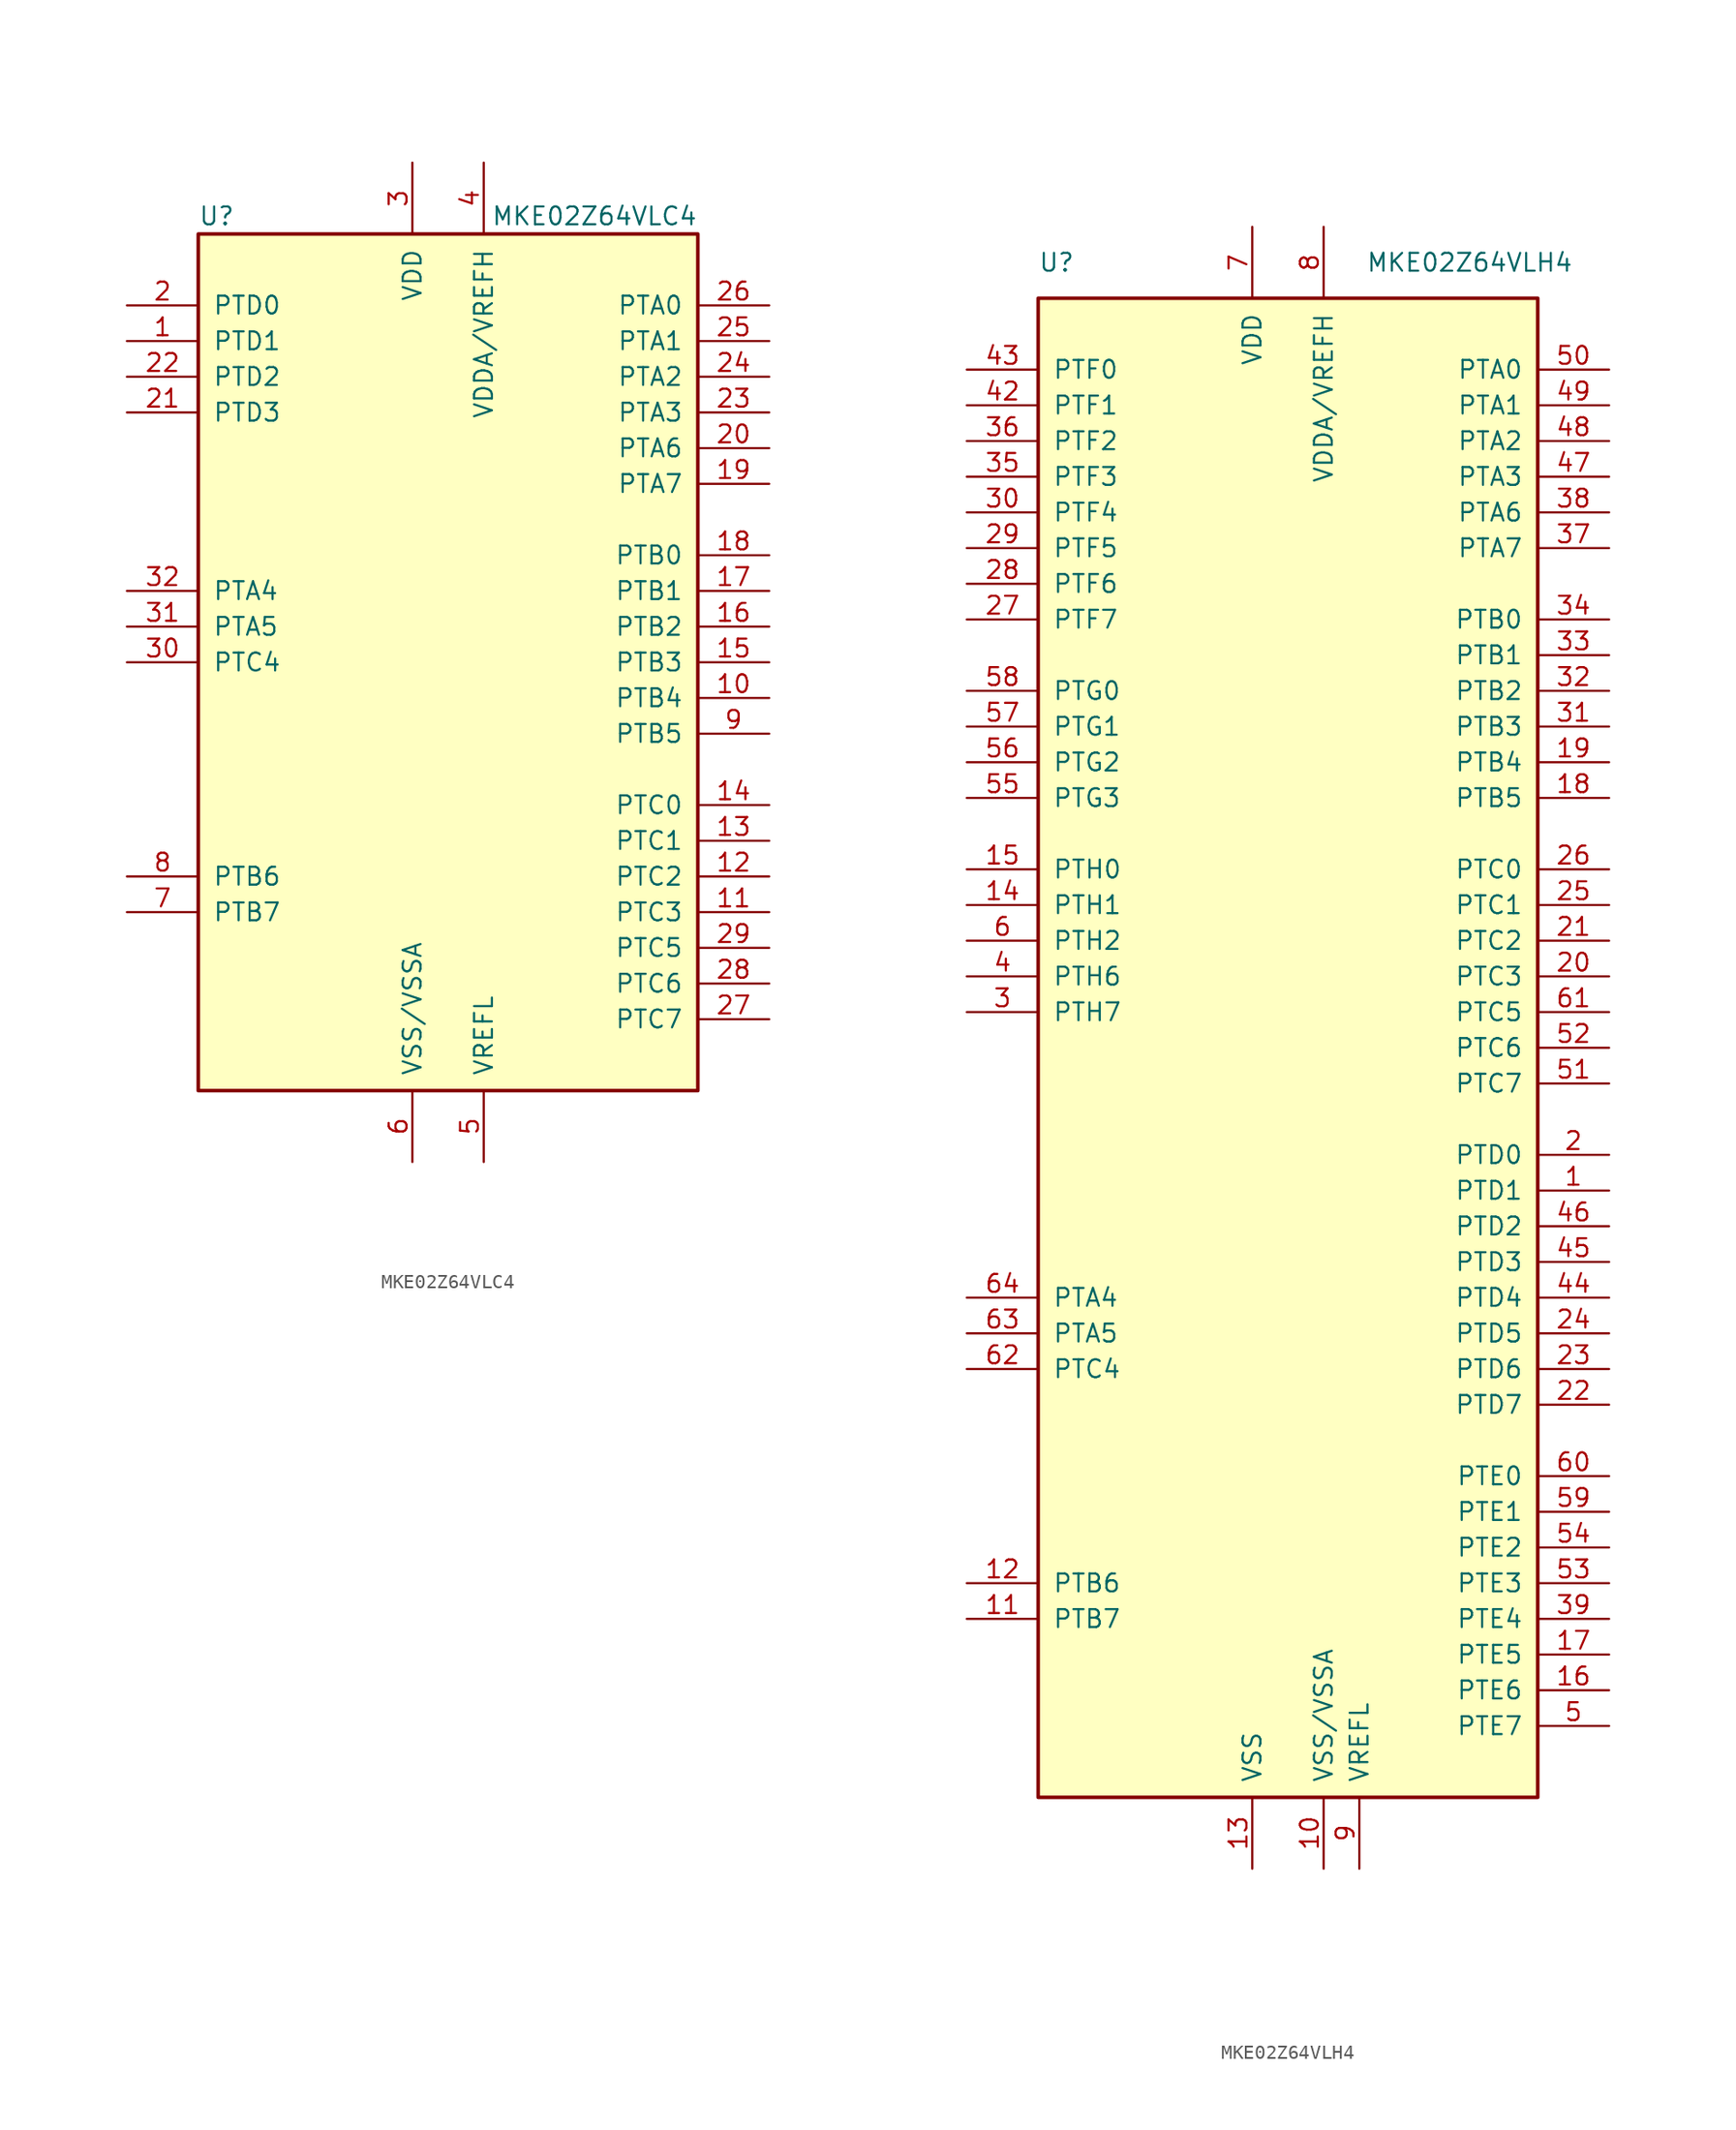
<source format=kicad_sym>
(kicad_symbol_lib
  (version 20211014)
  (generator kicad_symbol_editor)
  (symbol "MKE02Z64VLC4"
    (pin_names
      (offset 1.016))
    (property "Reference" "U"
      (at -17.78 31.75 0)
      (effects (font (size 1.27 1.27)) (justify left)))
    (property "Value" "MKE02Z64VLC4"
      (at 17.78 31.75 0)
      (effects (font (size 1.27 1.27)) (justify right)))
    (symbol "MKE02Z64VLC4_0_1"
      (rectangle (start -17.78 30.48) (end 17.78 -30.48) (stroke (width 0.254) (type default) (color 0 0 0 0)) (fill (type background))))
    (symbol "MKE02Z64VLC4_1_1"
      (pin bidirectional line (at -22.86 22.86 0) (length 5.08) (name "PTD1" (effects (font (size 1.27 1.27)))) (number "1" (effects (font (size 1.27 1.27)))))
      (pin bidirectional line (at 22.86 -2.54 180) (length 5.08) (name "PTB4" (effects (font (size 1.27 1.27)))) (number "10" (effects (font (size 1.27 1.27)))))
      (pin bidirectional line (at 22.86 -17.78 180) (length 5.08) (name "PTC3" (effects (font (size 1.27 1.27)))) (number "11" (effects (font (size 1.27 1.27)))))
      (pin bidirectional line (at 22.86 -15.24 180) (length 5.08) (name "PTC2" (effects (font (size 1.27 1.27)))) (number "12" (effects (font (size 1.27 1.27)))))
      (pin bidirectional line (at 22.86 -12.7 180) (length 5.08) (name "PTC1" (effects (font (size 1.27 1.27)))) (number "13" (effects (font (size 1.27 1.27)))))
      (pin bidirectional line (at 22.86 -10.16 180) (length 5.08) (name "PTC0" (effects (font (size 1.27 1.27)))) (number "14" (effects (font (size 1.27 1.27)))))
      (pin bidirectional line (at 22.86 0 180) (length 5.08) (name "PTB3" (effects (font (size 1.27 1.27)))) (number "15" (effects (font (size 1.27 1.27)))))
      (pin bidirectional line (at 22.86 2.54 180) (length 5.08) (name "PTB2" (effects (font (size 1.27 1.27)))) (number "16" (effects (font (size 1.27 1.27)))))
      (pin bidirectional line (at 22.86 5.08 180) (length 5.08) (name "PTB1" (effects (font (size 1.27 1.27)))) (number "17" (effects (font (size 1.27 1.27)))))
      (pin bidirectional line (at 22.86 7.62 180) (length 5.08) (name "PTB0" (effects (font (size 1.27 1.27)))) (number "18" (effects (font (size 1.27 1.27)))))
      (pin bidirectional line (at 22.86 12.7 180) (length 5.08) (name "PTA7" (effects (font (size 1.27 1.27)))) (number "19" (effects (font (size 1.27 1.27)))))
      (pin bidirectional line (at -22.86 25.4 0) (length 5.08) (name "PTD0" (effects (font (size 1.27 1.27)))) (number "2" (effects (font (size 1.27 1.27)))))
      (pin bidirectional line (at 22.86 15.24 180) (length 5.08) (name "PTA6" (effects (font (size 1.27 1.27)))) (number "20" (effects (font (size 1.27 1.27)))))
      (pin bidirectional line (at -22.86 17.78 0) (length 5.08) (name "PTD3" (effects (font (size 1.27 1.27)))) (number "21" (effects (font (size 1.27 1.27)))))
      (pin bidirectional line (at -22.86 20.32 0) (length 5.08) (name "PTD2" (effects (font (size 1.27 1.27)))) (number "22" (effects (font (size 1.27 1.27)))))
      (pin bidirectional line (at 22.86 17.78 180) (length 5.08) (name "PTA3" (effects (font (size 1.27 1.27)))) (number "23" (effects (font (size 1.27 1.27)))))
      (pin bidirectional line (at 22.86 20.32 180) (length 5.08) (name "PTA2" (effects (font (size 1.27 1.27)))) (number "24" (effects (font (size 1.27 1.27)))))
      (pin bidirectional line (at 22.86 22.86 180) (length 5.08) (name "PTA1" (effects (font (size 1.27 1.27)))) (number "25" (effects (font (size 1.27 1.27)))))
      (pin bidirectional line (at 22.86 25.4 180) (length 5.08) (name "PTA0" (effects (font (size 1.27 1.27)))) (number "26" (effects (font (size 1.27 1.27)))))
      (pin bidirectional line (at 22.86 -25.4 180) (length 5.08) (name "PTC7" (effects (font (size 1.27 1.27)))) (number "27" (effects (font (size 1.27 1.27)))))
      (pin bidirectional line (at 22.86 -22.86 180) (length 5.08) (name "PTC6" (effects (font (size 1.27 1.27)))) (number "28" (effects (font (size 1.27 1.27)))))
      (pin bidirectional line (at 22.86 -20.32 180) (length 5.08) (name "PTC5" (effects (font (size 1.27 1.27)))) (number "29" (effects (font (size 1.27 1.27)))))
      (pin power_in line (at -2.54 35.56 270) (length 5.08) (name "VDD" (effects (font (size 1.27 1.27)))) (number "3" (effects (font (size 1.27 1.27)))))
      (pin bidirectional line (at -22.86 0 0) (length 5.08) (name "PTC4" (effects (font (size 1.27 1.27)))) (number "30" (effects (font (size 1.27 1.27)))))
      (pin bidirectional line (at -22.86 2.54 0) (length 5.08) (name "PTA5" (effects (font (size 1.27 1.27)))) (number "31" (effects (font (size 1.27 1.27)))))
      (pin bidirectional line (at -22.86 5.08 0) (length 5.08) (name "PTA4" (effects (font (size 1.27 1.27)))) (number "32" (effects (font (size 1.27 1.27)))))
      (pin power_in line (at 2.54 35.56 270) (length 5.08) (name "VDDA/VREFH" (effects (font (size 1.27 1.27)))) (number "4" (effects (font (size 1.27 1.27)))))
      (pin power_in line (at 2.54 -35.56 90) (length 5.08) (name "VREFL" (effects (font (size 1.27 1.27)))) (number "5" (effects (font (size 1.27 1.27)))))
      (pin power_in line (at -2.54 -35.56 90) (length 5.08) (name "VSS/VSSA" (effects (font (size 1.27 1.27)))) (number "6" (effects (font (size 1.27 1.27)))))
      (pin bidirectional line (at -22.86 -17.78 0) (length 5.08) (name "PTB7" (effects (font (size 1.27 1.27)))) (number "7" (effects (font (size 1.27 1.27)))))
      (pin bidirectional line (at -22.86 -15.24 0) (length 5.08) (name "PTB6" (effects (font (size 1.27 1.27)))) (number "8" (effects (font (size 1.27 1.27)))))
      (pin bidirectional line (at 22.86 -5.08 180) (length 5.08) (name "PTB5" (effects (font (size 1.27 1.27)))) (number "9" (effects (font (size 1.27 1.27)))))))
  (symbol "MKE02Z64VLH4"
    (pin_names
      (offset 1.016))
    (property "Reference" "U"
      (at -17.78 55.88 0)
      (effects (font (size 1.27 1.27)) (justify left)))
    (property "Value" "MKE02Z64VLH4"
      (at 20.32 55.88 0)
      (effects (font (size 1.27 1.27)) (justify right)))
    (symbol "MKE02Z64VLH4_0_1"
      (rectangle (start -17.78 53.34) (end 17.78 -53.34) (stroke (width 0.254) (type default) (color 0 0 0 0)) (fill (type background))))
    (symbol "MKE02Z64VLH4_1_1"
      (pin bidirectional line (at 22.86 -10.16 180) (length 5.08) (name "PTD1" (effects (font (size 1.27 1.27)))) (number "1" (effects (font (size 1.27 1.27)))))
      (pin power_in line (at 2.54 -58.42 90) (length 5.08) (name "VSS/VSSA" (effects (font (size 1.27 1.27)))) (number "10" (effects (font (size 1.27 1.27)))))
      (pin bidirectional line (at -22.86 -40.64 0) (length 5.08) (name "PTB7" (effects (font (size 1.27 1.27)))) (number "11" (effects (font (size 1.27 1.27)))))
      (pin bidirectional line (at -22.86 -38.1 0) (length 5.08) (name "PTB6" (effects (font (size 1.27 1.27)))) (number "12" (effects (font (size 1.27 1.27)))))
      (pin power_in line (at -2.54 -58.42 90) (length 5.08) (name "VSS" (effects (font (size 1.27 1.27)))) (number "13" (effects (font (size 1.27 1.27)))))
      (pin bidirectional line (at -22.86 10.16 0) (length 5.08) (name "PTH1" (effects (font (size 1.27 1.27)))) (number "14" (effects (font (size 1.27 1.27)))))
      (pin bidirectional line (at -22.86 12.7 0) (length 5.08) (name "PTH0" (effects (font (size 1.27 1.27)))) (number "15" (effects (font (size 1.27 1.27)))))
      (pin bidirectional line (at 22.86 -45.72 180) (length 5.08) (name "PTE6" (effects (font (size 1.27 1.27)))) (number "16" (effects (font (size 1.27 1.27)))))
      (pin bidirectional line (at 22.86 -43.18 180) (length 5.08) (name "PTE5" (effects (font (size 1.27 1.27)))) (number "17" (effects (font (size 1.27 1.27)))))
      (pin bidirectional line (at 22.86 17.78 180) (length 5.08) (name "PTB5" (effects (font (size 1.27 1.27)))) (number "18" (effects (font (size 1.27 1.27)))))
      (pin bidirectional line (at 22.86 20.32 180) (length 5.08) (name "PTB4" (effects (font (size 1.27 1.27)))) (number "19" (effects (font (size 1.27 1.27)))))
      (pin bidirectional line (at 22.86 -7.62 180) (length 5.08) (name "PTD0" (effects (font (size 1.27 1.27)))) (number "2" (effects (font (size 1.27 1.27)))))
      (pin bidirectional line (at 22.86 5.08 180) (length 5.08) (name "PTC3" (effects (font (size 1.27 1.27)))) (number "20" (effects (font (size 1.27 1.27)))))
      (pin bidirectional line (at 22.86 7.62 180) (length 5.08) (name "PTC2" (effects (font (size 1.27 1.27)))) (number "21" (effects (font (size 1.27 1.27)))))
      (pin bidirectional line (at 22.86 -25.4 180) (length 5.08) (name "PTD7" (effects (font (size 1.27 1.27)))) (number "22" (effects (font (size 1.27 1.27)))))
      (pin bidirectional line (at 22.86 -22.86 180) (length 5.08) (name "PTD6" (effects (font (size 1.27 1.27)))) (number "23" (effects (font (size 1.27 1.27)))))
      (pin bidirectional line (at 22.86 -20.32 180) (length 5.08) (name "PTD5" (effects (font (size 1.27 1.27)))) (number "24" (effects (font (size 1.27 1.27)))))
      (pin bidirectional line (at 22.86 10.16 180) (length 5.08) (name "PTC1" (effects (font (size 1.27 1.27)))) (number "25" (effects (font (size 1.27 1.27)))))
      (pin bidirectional line (at 22.86 12.7 180) (length 5.08) (name "PTC0" (effects (font (size 1.27 1.27)))) (number "26" (effects (font (size 1.27 1.27)))))
      (pin bidirectional line (at -22.86 30.48 0) (length 5.08) (name "PTF7" (effects (font (size 1.27 1.27)))) (number "27" (effects (font (size 1.27 1.27)))))
      (pin bidirectional line (at -22.86 33.02 0) (length 5.08) (name "PTF6" (effects (font (size 1.27 1.27)))) (number "28" (effects (font (size 1.27 1.27)))))
      (pin bidirectional line (at -22.86 35.56 0) (length 5.08) (name "PTF5" (effects (font (size 1.27 1.27)))) (number "29" (effects (font (size 1.27 1.27)))))
      (pin bidirectional line (at -22.86 2.54 0) (length 5.08) (name "PTH7" (effects (font (size 1.27 1.27)))) (number "3" (effects (font (size 1.27 1.27)))))
      (pin bidirectional line (at -22.86 38.1 0) (length 5.08) (name "PTF4" (effects (font (size 1.27 1.27)))) (number "30" (effects (font (size 1.27 1.27)))))
      (pin bidirectional line (at 22.86 22.86 180) (length 5.08) (name "PTB3" (effects (font (size 1.27 1.27)))) (number "31" (effects (font (size 1.27 1.27)))))
      (pin bidirectional line (at 22.86 25.4 180) (length 5.08) (name "PTB2" (effects (font (size 1.27 1.27)))) (number "32" (effects (font (size 1.27 1.27)))))
      (pin bidirectional line (at 22.86 27.94 180) (length 5.08) (name "PTB1" (effects (font (size 1.27 1.27)))) (number "33" (effects (font (size 1.27 1.27)))))
      (pin bidirectional line (at 22.86 30.48 180) (length 5.08) (name "PTB0" (effects (font (size 1.27 1.27)))) (number "34" (effects (font (size 1.27 1.27)))))
      (pin bidirectional line (at -22.86 40.64 0) (length 5.08) (name "PTF3" (effects (font (size 1.27 1.27)))) (number "35" (effects (font (size 1.27 1.27)))))
      (pin bidirectional line (at -22.86 43.18 0) (length 5.08) (name "PTF2" (effects (font (size 1.27 1.27)))) (number "36" (effects (font (size 1.27 1.27)))))
      (pin bidirectional line (at 22.86 35.56 180) (length 5.08) (name "PTA7" (effects (font (size 1.27 1.27)))) (number "37" (effects (font (size 1.27 1.27)))))
      (pin bidirectional line (at 22.86 38.1 180) (length 5.08) (name "PTA6" (effects (font (size 1.27 1.27)))) (number "38" (effects (font (size 1.27 1.27)))))
      (pin bidirectional line (at 22.86 -40.64 180) (length 5.08) (name "PTE4" (effects (font (size 1.27 1.27)))) (number "39" (effects (font (size 1.27 1.27)))))
      (pin bidirectional line (at -22.86 5.08 0) (length 5.08) (name "PTH6" (effects (font (size 1.27 1.27)))) (number "4" (effects (font (size 1.27 1.27)))))
      (pin passive line (at -2.54 -58.42 90) (length 5.08) hide (name "VSS" (effects (font (size 1.27 1.27)))) (number "40" (effects (font (size 1.27 1.27)))))
      (pin passive line (at -2.54 58.42 270) (length 5.08) hide (name "VDD" (effects (font (size 1.27 1.27)))) (number "41" (effects (font (size 1.27 1.27)))))
      (pin bidirectional line (at -22.86 45.72 0) (length 5.08) (name "PTF1" (effects (font (size 1.27 1.27)))) (number "42" (effects (font (size 1.27 1.27)))))
      (pin bidirectional line (at -22.86 48.26 0) (length 5.08) (name "PTF0" (effects (font (size 1.27 1.27)))) (number "43" (effects (font (size 1.27 1.27)))))
      (pin bidirectional line (at 22.86 -17.78 180) (length 5.08) (name "PTD4" (effects (font (size 1.27 1.27)))) (number "44" (effects (font (size 1.27 1.27)))))
      (pin bidirectional line (at 22.86 -15.24 180) (length 5.08) (name "PTD3" (effects (font (size 1.27 1.27)))) (number "45" (effects (font (size 1.27 1.27)))))
      (pin bidirectional line (at 22.86 -12.7 180) (length 5.08) (name "PTD2" (effects (font (size 1.27 1.27)))) (number "46" (effects (font (size 1.27 1.27)))))
      (pin bidirectional line (at 22.86 40.64 180) (length 5.08) (name "PTA3" (effects (font (size 1.27 1.27)))) (number "47" (effects (font (size 1.27 1.27)))))
      (pin bidirectional line (at 22.86 43.18 180) (length 5.08) (name "PTA2" (effects (font (size 1.27 1.27)))) (number "48" (effects (font (size 1.27 1.27)))))
      (pin bidirectional line (at 22.86 45.72 180) (length 5.08) (name "PTA1" (effects (font (size 1.27 1.27)))) (number "49" (effects (font (size 1.27 1.27)))))
      (pin bidirectional line (at 22.86 -48.26 180) (length 5.08) (name "PTE7" (effects (font (size 1.27 1.27)))) (number "5" (effects (font (size 1.27 1.27)))))
      (pin bidirectional line (at 22.86 48.26 180) (length 5.08) (name "PTA0" (effects (font (size 1.27 1.27)))) (number "50" (effects (font (size 1.27 1.27)))))
      (pin bidirectional line (at 22.86 -2.54 180) (length 5.08) (name "PTC7" (effects (font (size 1.27 1.27)))) (number "51" (effects (font (size 1.27 1.27)))))
      (pin bidirectional line (at 22.86 0 180) (length 5.08) (name "PTC6" (effects (font (size 1.27 1.27)))) (number "52" (effects (font (size 1.27 1.27)))))
      (pin bidirectional line (at 22.86 -38.1 180) (length 5.08) (name "PTE3" (effects (font (size 1.27 1.27)))) (number "53" (effects (font (size 1.27 1.27)))))
      (pin bidirectional line (at 22.86 -35.56 180) (length 5.08) (name "PTE2" (effects (font (size 1.27 1.27)))) (number "54" (effects (font (size 1.27 1.27)))))
      (pin bidirectional line (at -22.86 17.78 0) (length 5.08) (name "PTG3" (effects (font (size 1.27 1.27)))) (number "55" (effects (font (size 1.27 1.27)))))
      (pin bidirectional line (at -22.86 20.32 0) (length 5.08) (name "PTG2" (effects (font (size 1.27 1.27)))) (number "56" (effects (font (size 1.27 1.27)))))
      (pin bidirectional line (at -22.86 22.86 0) (length 5.08) (name "PTG1" (effects (font (size 1.27 1.27)))) (number "57" (effects (font (size 1.27 1.27)))))
      (pin bidirectional line (at -22.86 25.4 0) (length 5.08) (name "PTG0" (effects (font (size 1.27 1.27)))) (number "58" (effects (font (size 1.27 1.27)))))
      (pin bidirectional line (at 22.86 -33.02 180) (length 5.08) (name "PTE1" (effects (font (size 1.27 1.27)))) (number "59" (effects (font (size 1.27 1.27)))))
      (pin bidirectional line (at -22.86 7.62 0) (length 5.08) (name "PTH2" (effects (font (size 1.27 1.27)))) (number "6" (effects (font (size 1.27 1.27)))))
      (pin bidirectional line (at 22.86 -30.48 180) (length 5.08) (name "PTE0" (effects (font (size 1.27 1.27)))) (number "60" (effects (font (size 1.27 1.27)))))
      (pin bidirectional line (at 22.86 2.54 180) (length 5.08) (name "PTC5" (effects (font (size 1.27 1.27)))) (number "61" (effects (font (size 1.27 1.27)))))
      (pin bidirectional line (at -22.86 -22.86 0) (length 5.08) (name "PTC4" (effects (font (size 1.27 1.27)))) (number "62" (effects (font (size 1.27 1.27)))))
      (pin bidirectional line (at -22.86 -20.32 0) (length 5.08) (name "PTA5" (effects (font (size 1.27 1.27)))) (number "63" (effects (font (size 1.27 1.27)))))
      (pin bidirectional line (at -22.86 -17.78 0) (length 5.08) (name "PTA4" (effects (font (size 1.27 1.27)))) (number "64" (effects (font (size 1.27 1.27)))))
      (pin power_in line (at -2.54 58.42 270) (length 5.08) (name "VDD" (effects (font (size 1.27 1.27)))) (number "7" (effects (font (size 1.27 1.27)))))
      (pin power_in line (at 2.54 58.42 270) (length 5.08) (name "VDDA/VREFH" (effects (font (size 1.27 1.27)))) (number "8" (effects (font (size 1.27 1.27)))))
      (pin power_in line (at 5.08 -58.42 90) (length 5.08) (name "VREFL" (effects (font (size 1.27 1.27)))) (number "9" (effects (font (size 1.27 1.27))))))))
</source>
